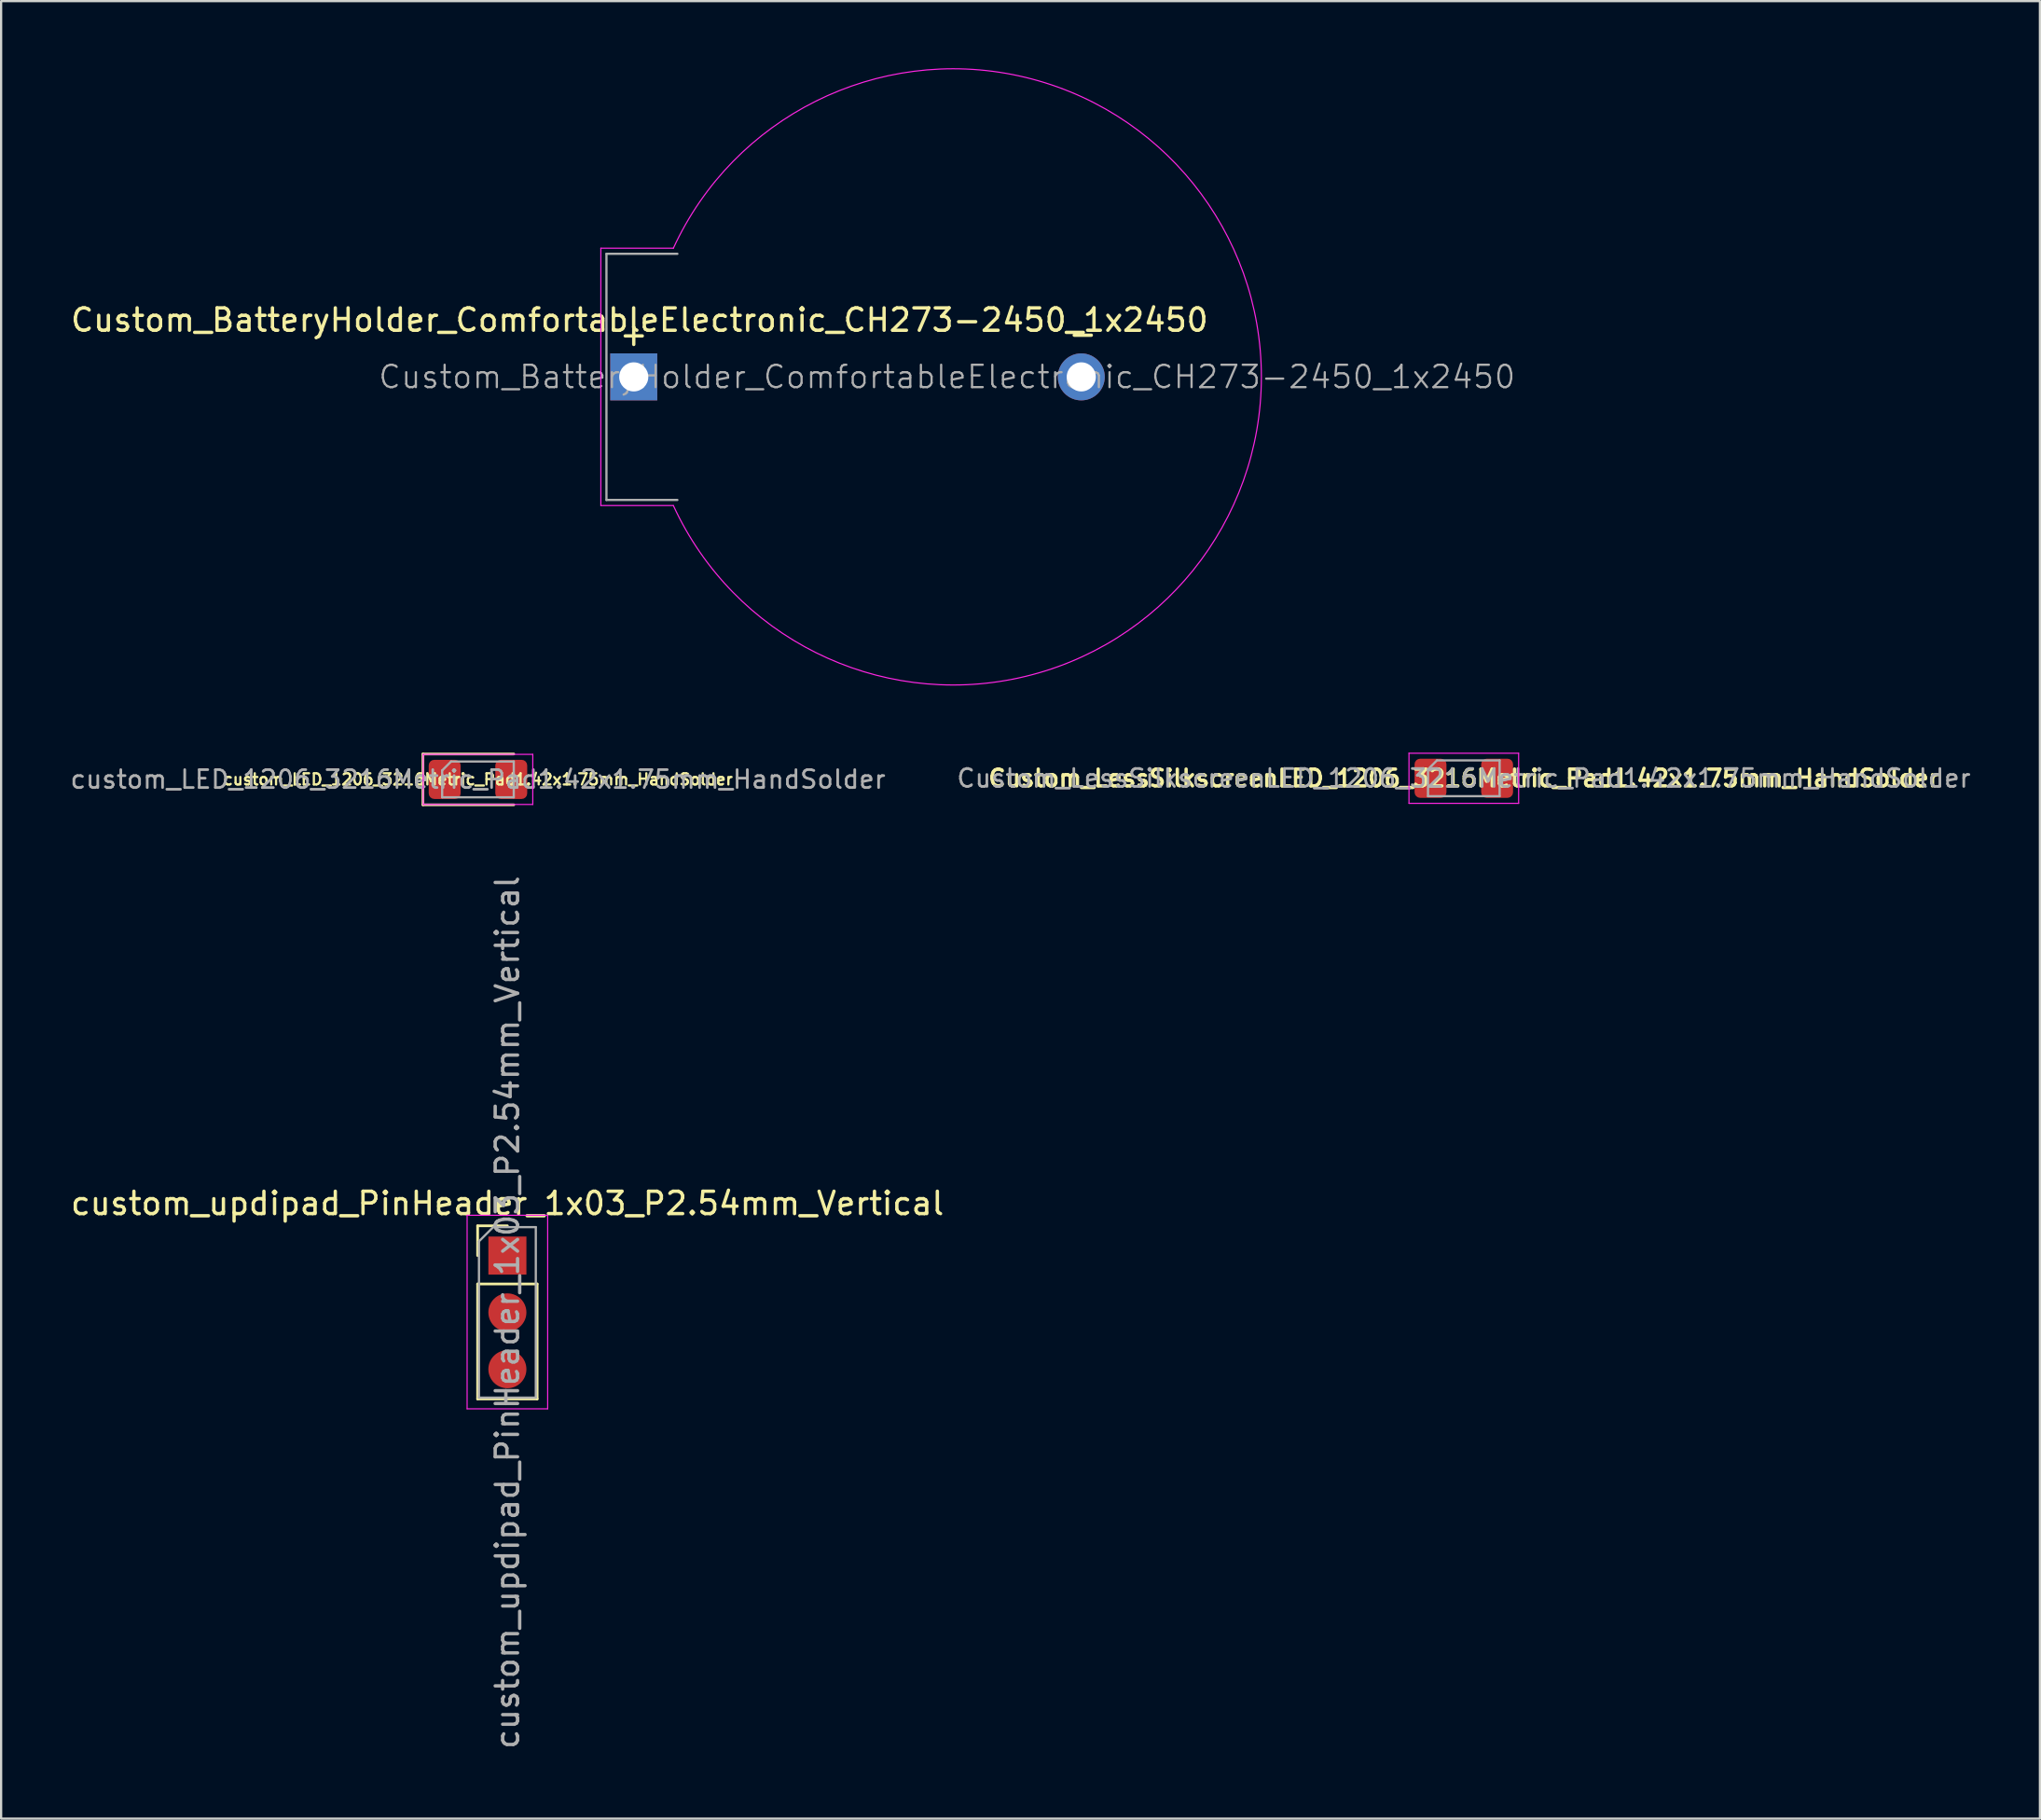
<source format=kicad_pcb>
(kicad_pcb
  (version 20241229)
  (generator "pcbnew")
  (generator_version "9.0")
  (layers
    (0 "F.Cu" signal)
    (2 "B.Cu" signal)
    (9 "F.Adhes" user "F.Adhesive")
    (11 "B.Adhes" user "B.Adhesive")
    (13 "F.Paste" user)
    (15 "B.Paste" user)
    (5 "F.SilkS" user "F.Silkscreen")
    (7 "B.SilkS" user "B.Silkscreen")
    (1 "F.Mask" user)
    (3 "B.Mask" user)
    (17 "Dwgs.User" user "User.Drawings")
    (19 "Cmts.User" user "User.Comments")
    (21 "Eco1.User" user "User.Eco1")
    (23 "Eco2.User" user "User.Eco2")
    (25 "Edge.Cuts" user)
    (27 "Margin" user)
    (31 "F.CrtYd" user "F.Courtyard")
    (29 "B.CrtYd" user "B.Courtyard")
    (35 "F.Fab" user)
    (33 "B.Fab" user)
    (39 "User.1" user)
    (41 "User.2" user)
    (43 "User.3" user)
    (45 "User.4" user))
  (footprint "Custom_BatteryHolder_ComfortableElectronic_CH273-2450_1x2450"
    (layer "F.Cu")
    (at 25.272 13.793)
    (property "Reference" "Custom_BatteryHolder_ComfortableElectronic_CH273-2450_1x2450" (at 0.258 -2.54 180) (layer "F.SilkS") (effects (font (size 1 1) (thickness 0.15))))
    (attr through_hole)
    (fp_line (start -1.47 -5.75) (end 1.77 -5.75) (stroke (width 0.05) (type solid)) (layer "F.CrtYd"))
    (fp_line (start -1.47 5.75) (end -1.47 -5.75) (stroke (width 0.05) (type solid)) (layer "F.CrtYd"))
    (fp_line (start 1.77 5.75) (end -1.47 5.75) (stroke (width 0.05) (type solid)) (layer "F.CrtYd"))
    (fp_arc (start 1.77 -5.75) (mid 28.048173 0) (end 1.77 5.75) (stroke (width 0.05) (type solid)) (layer "F.CrtYd"))
    (fp_line (start -1.22 -5.5) (end 1.95 -5.5) (stroke (width 0.1) (type solid)) (layer "F.Fab"))
    (fp_line (start -1.22 5.5) (end -1.22 -5.5) (stroke (width 0.1) (type solid)) (layer "F.Fab"))
    (fp_line (start 1.95 5.5) (end -1.22 5.5) (stroke (width 0.1) (type solid)) (layer "F.Fab"))
    (fp_text user "_" (at 20.066 -2.413 0) (unlocked yes) (layer "F.SilkS") (effects (font (size 1 1) (thickness 0.15))))
    (fp_text user "+" (at 0 -1.905 0) (unlocked yes) (layer "F.SilkS") (effects (font (size 1 1) (thickness 0.15))))
    (fp_text user "${REFERENCE}" (at 14 0 180) (layer "F.Fab") (effects (font (size 1 1) (thickness 0.1))))
    (pad "1" thru_hole rect (at 0 0 270) (size 2.1 2.1) (drill 1.3) (layers "*.Cu" "*.Mask"))
    (pad "2" thru_hole circle (at 20 0 270) (size 2.1 2.1) (drill 1.3) (layers "*.Cu" "*.Mask")))
  (footprint "custom_updipad_PinHeader_1x03_P2.54mm_Vertical"
    (layer "F.Cu")
    (at 19.625 53.061)
    (property "Reference" "custom_updipad_PinHeader_1x03_P2.54mm_Vertical" (at 0 -2.33 0) (layer "F.SilkS") (effects (font (size 1 1) (thickness 0.15))))
    (attr through_hole)
    (fp_line (start -1.33 -1.33) (end 0 -1.33) (stroke (width 0.12) (type solid)) (layer "F.SilkS"))
    (fp_line (start -1.33 0) (end -1.33 -1.33) (stroke (width 0.12) (type solid)) (layer "F.SilkS"))
    (fp_line (start -1.33 1.27) (end -1.33 6.41) (stroke (width 0.12) (type solid)) (layer "F.SilkS"))
    (fp_line (start -1.33 1.27) (end 1.33 1.27) (stroke (width 0.12) (type solid)) (layer "F.SilkS"))
    (fp_line (start -1.33 6.41) (end 1.33 6.41) (stroke (width 0.12) (type solid)) (layer "F.SilkS"))
    (fp_line (start 1.33 1.27) (end 1.33 6.41) (stroke (width 0.12) (type solid)) (layer "F.SilkS"))
    (fp_line (start -1.8 -1.8) (end -1.8 6.85) (stroke (width 0.05) (type solid)) (layer "F.CrtYd"))
    (fp_line (start -1.8 6.85) (end 1.8 6.85) (stroke (width 0.05) (type solid)) (layer "F.CrtYd"))
    (fp_line (start 1.8 -1.8) (end -1.8 -1.8) (stroke (width 0.05) (type solid)) (layer "F.CrtYd"))
    (fp_line (start 1.8 6.85) (end 1.8 -1.8) (stroke (width 0.05) (type solid)) (layer "F.CrtYd"))
    (fp_line (start -1.27 -0.635) (end -0.635 -1.27) (stroke (width 0.1) (type solid)) (layer "F.Fab"))
    (fp_line (start -1.27 6.35) (end -1.27 -0.635) (stroke (width 0.1) (type solid)) (layer "F.Fab"))
    (fp_line (start -0.635 -1.27) (end 1.27 -1.27) (stroke (width 0.1) (type solid)) (layer "F.Fab"))
    (fp_line (start 1.27 -1.27) (end 1.27 6.35) (stroke (width 0.1) (type solid)) (layer "F.Fab"))
    (fp_line (start 1.27 6.35) (end -1.27 6.35) (stroke (width 0.1) (type solid)) (layer "F.Fab"))
    (fp_text user "${REFERENCE}" (at 0 2.54 270) (layer "F.Fab") (effects (font (size 1 1) (thickness 0.15))))
    (pad "1" smd rect (at 0 0) (size 1.7 1.7) (layers "F.Cu" "F.Mask" "F.Paste"))
    (pad "2" smd oval (at 0 2.54) (size 1.7 1.7) (layers "F.Cu" "F.Mask" "F.Paste"))
    (pad "3" smd oval (at 0 5.08) (size 1.7 1.7) (layers "F.Cu" "F.Mask" "F.Paste")))
  (footprint "Custom_LessSilkscreenLED_1206_3216Metric_Pad1.42x1.75mm_HandSolder"
    (layer "F.Cu")
    (at 62.367 31.731)
    (property "Reference" "Custom_LessSilkscreenLED_1206_3216Metric_Pad1.42x1.75mm_HandSolder" (at 0 0 180) (layer "F.SilkS") (effects (font (size 0.75 0.75) (thickness 0.15))))
    (attr smd)
    (fp_line (start -2.45 -1.12) (end 2.45 -1.12) (stroke (width 0.05) (type solid)) (layer "F.CrtYd"))
    (fp_line (start -2.45 1.12) (end -2.45 -1.12) (stroke (width 0.05) (type solid)) (layer "F.CrtYd"))
    (fp_line (start 2.45 -1.12) (end 2.45 1.12) (stroke (width 0.05) (type solid)) (layer "F.CrtYd"))
    (fp_line (start 2.45 1.12) (end -2.45 1.12) (stroke (width 0.05) (type solid)) (layer "F.CrtYd"))
    (fp_line (start -1.6 -0.4) (end -1.6 0.8) (stroke (width 0.1) (type solid)) (layer "F.Fab"))
    (fp_line (start -1.6 0.8) (end 1.6 0.8) (stroke (width 0.1) (type solid)) (layer "F.Fab"))
    (fp_line (start -1.2 -0.8) (end -1.6 -0.4) (stroke (width 0.1) (type solid)) (layer "F.Fab"))
    (fp_line (start 1.6 -0.8) (end -1.2 -0.8) (stroke (width 0.1) (type solid)) (layer "F.Fab"))
    (fp_line (start 1.6 0.8) (end 1.6 -0.8) (stroke (width 0.1) (type solid)) (layer "F.Fab"))
    (fp_text user "${REFERENCE}" (at 0 0 180) (layer "F.Fab") (effects (font (size 0.8 0.8) (thickness 0.12))))
    (pad "1" smd roundrect (at -1.488 0) (size 1.425 1.75) (layers "F.Cu" "F.Mask" "F.Paste") (roundrect_rratio 0.175))
    (pad "2" smd roundrect (at 1.488 0) (size 1.425 1.75) (layers "F.Cu" "F.Mask" "F.Paste") (roundrect_rratio 0.175)))
  (footprint "custom_LED_1206_3216Metric_Pad1.42x1.75mm_HandSolder"
    (layer "F.Cu")
    (at 18.31 31.781)
    (property "Reference" "custom_LED_1206_3216Metric_Pad1.42x1.75mm_HandSolder" (at 0 0 0) (layer "F.SilkS") (effects (font (size 0.5 0.5) (thickness 0.1))))
    (attr smd)
    (fp_line (start -2.46 -1.135) (end -2.46 1.135) (stroke (width 0.12) (type solid)) (layer "F.SilkS"))
    (fp_line (start -2.46 1.135) (end 1.6 1.135) (stroke (width 0.12) (type solid)) (layer "F.SilkS"))
    (fp_line (start 1.6 -1.135) (end -2.46 -1.135) (stroke (width 0.12) (type solid)) (layer "F.SilkS"))
    (fp_line (start -2.45 -1.12) (end 2.45 -1.12) (stroke (width 0.05) (type solid)) (layer "F.CrtYd"))
    (fp_line (start -2.45 1.12) (end -2.45 -1.12) (stroke (width 0.05) (type solid)) (layer "F.CrtYd"))
    (fp_line (start 2.45 -1.12) (end 2.45 1.12) (stroke (width 0.05) (type solid)) (layer "F.CrtYd"))
    (fp_line (start 2.45 1.12) (end -2.45 1.12) (stroke (width 0.05) (type solid)) (layer "F.CrtYd"))
    (fp_line (start -1.6 -0.4) (end -1.6 0.8) (stroke (width 0.1) (type solid)) (layer "F.Fab"))
    (fp_line (start -1.6 0.8) (end 1.6 0.8) (stroke (width 0.1) (type solid)) (layer "F.Fab"))
    (fp_line (start -1.2 -0.8) (end -1.6 -0.4) (stroke (width 0.1) (type solid)) (layer "F.Fab"))
    (fp_line (start 1.6 -0.8) (end -1.2 -0.8) (stroke (width 0.1) (type solid)) (layer "F.Fab"))
    (fp_line (start 1.6 0.8) (end 1.6 -0.8) (stroke (width 0.1) (type solid)) (layer "F.Fab"))
    (fp_text user "${REFERENCE}" (at 0 0 0) (layer "F.Fab") (effects (font (size 0.8 0.8) (thickness 0.12))))
    (pad "1" smd roundrect (at -1.488 0) (size 1.425 1.75) (layers "F.Cu" "F.Mask" "F.Paste") (roundrect_rratio 0.175))
    (pad "2" smd roundrect (at 1.488 0) (size 1.425 1.75) (layers "F.Cu" "F.Mask" "F.Paste") (roundrect_rratio 0.175)))
  (gr_rect
    (start -3 -3)
    (end 88.114 78.226)
    (stroke (width 0.1) (type default))
    (fill no)
    (layer "Edge.Cuts")))
</source>
